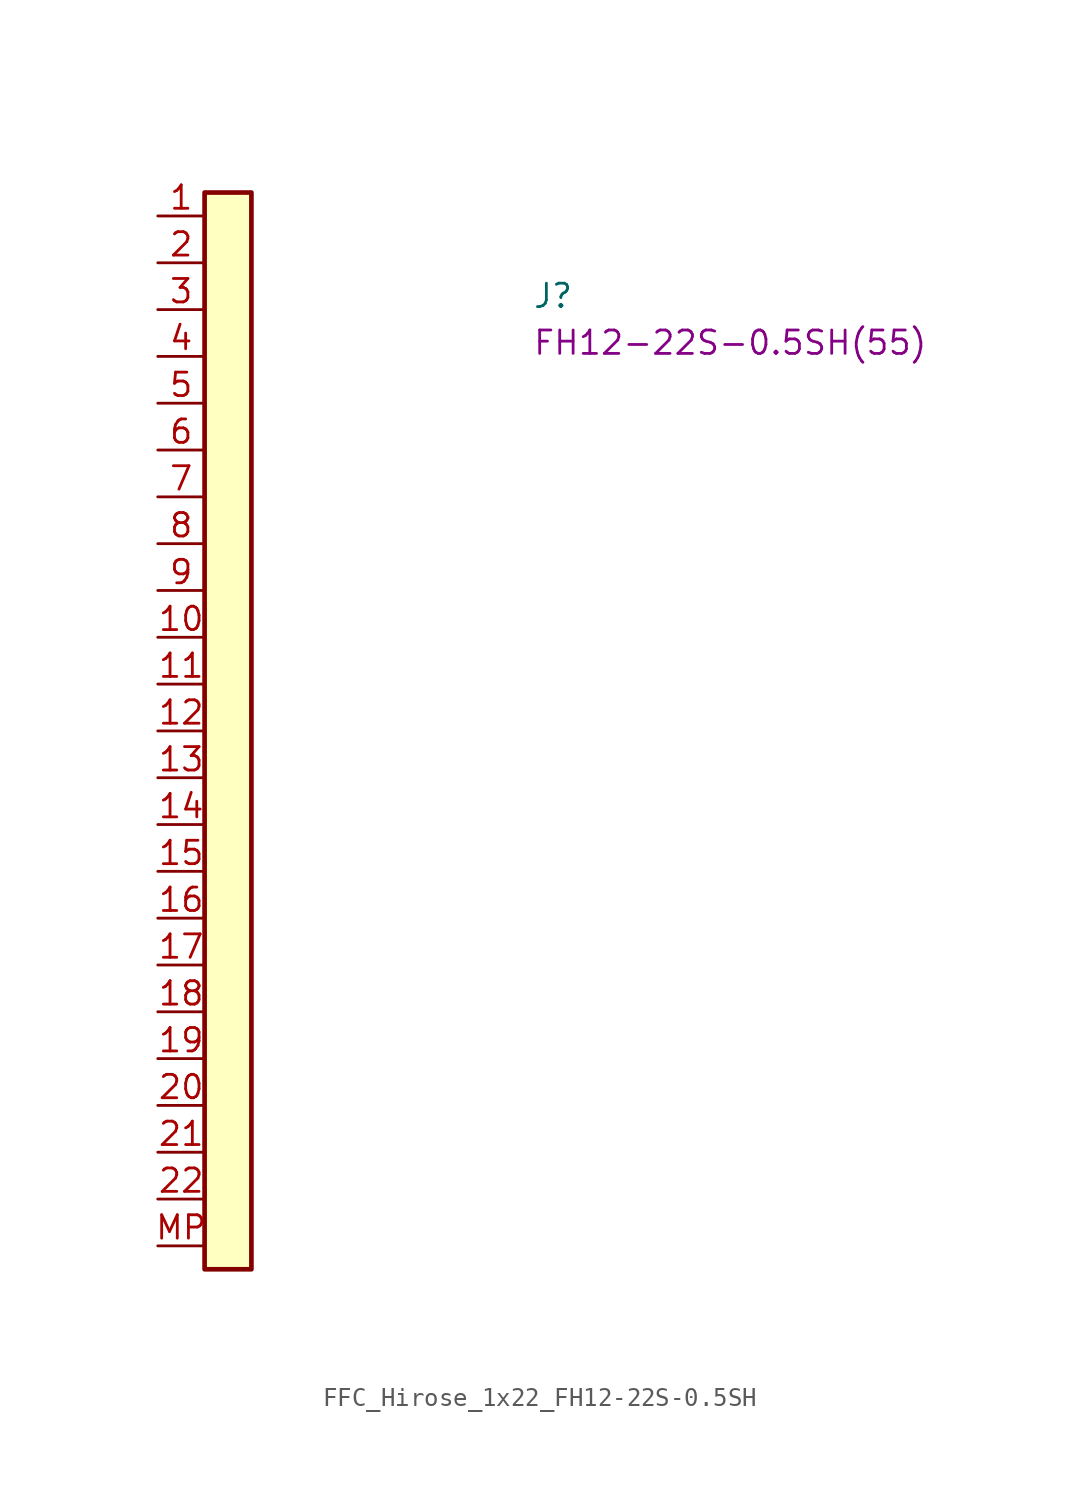
<source format=kicad_sym>
(kicad_symbol_lib
  (version 20220914)
  (generator kicad_symbol_editor)
  (symbol "FFC_Hirose_1x22_FH12-22S-0.5SH"
    (property "Reference" "J"
      (at 20.32 -5.08 0)
      (effects (font (size 1.27 1.27) (thickness 0.15)) (justify left bottom)))
    (property "MPN" "FH12-22S-0.5SH(55)"
      (at 20.32 -7.62 0)
      (effects (font (size 1.27 1.27) (thickness 0.15)) (justify left bottom)))
    (symbol "FFC_Hirose_1x22_FH12-22S-0.5SH_1_1"
      (rectangle (start 2.54 1.27) (end 5.08 -57.15) (stroke (width 0.254) (type default)) (fill (type background)))
      (pin bidirectional line (at 0 0 0) (length 2.54) (name "~" (effects (font (size 1.27 1.27)))) (number "1" (effects (font (size 1.27 1.27)))))
      (pin bidirectional line (at 0 -22.86 0) (length 2.54) (name "~" (effects (font (size 1.27 1.27)))) (number "10" (effects (font (size 1.27 1.27)))))
      (pin bidirectional line (at 0 -25.4 0) (length 2.54) (name "~" (effects (font (size 1.27 1.27)))) (number "11" (effects (font (size 1.27 1.27)))))
      (pin bidirectional line (at 0 -27.94 0) (length 2.54) (name "~" (effects (font (size 1.27 1.27)))) (number "12" (effects (font (size 1.27 1.27)))))
      (pin bidirectional line (at 0 -30.48 0) (length 2.54) (name "~" (effects (font (size 1.27 1.27)))) (number "13" (effects (font (size 1.27 1.27)))))
      (pin bidirectional line (at 0 -33.02 0) (length 2.54) (name "~" (effects (font (size 1.27 1.27)))) (number "14" (effects (font (size 1.27 1.27)))))
      (pin bidirectional line (at 0 -35.56 0) (length 2.54) (name "~" (effects (font (size 1.27 1.27)))) (number "15" (effects (font (size 1.27 1.27)))))
      (pin bidirectional line (at 0 -38.1 0) (length 2.54) (name "~" (effects (font (size 1.27 1.27)))) (number "16" (effects (font (size 1.27 1.27)))))
      (pin bidirectional line (at 0 -40.64 0) (length 2.54) (name "~" (effects (font (size 1.27 1.27)))) (number "17" (effects (font (size 1.27 1.27)))))
      (pin bidirectional line (at 0 -43.18 0) (length 2.54) (name "~" (effects (font (size 1.27 1.27)))) (number "18" (effects (font (size 1.27 1.27)))))
      (pin bidirectional line (at 0 -45.72 0) (length 2.54) (name "~" (effects (font (size 1.27 1.27)))) (number "19" (effects (font (size 1.27 1.27)))))
      (pin bidirectional line (at 0 -2.54 0) (length 2.54) (name "~" (effects (font (size 1.27 1.27)))) (number "2" (effects (font (size 1.27 1.27)))))
      (pin bidirectional line (at 0 -48.26 0) (length 2.54) (name "~" (effects (font (size 1.27 1.27)))) (number "20" (effects (font (size 1.27 1.27)))))
      (pin bidirectional line (at 0 -50.8 0) (length 2.54) (name "~" (effects (font (size 1.27 1.27)))) (number "21" (effects (font (size 1.27 1.27)))))
      (pin bidirectional line (at 0 -53.34 0) (length 2.54) (name "~" (effects (font (size 1.27 1.27)))) (number "22" (effects (font (size 1.27 1.27)))))
      (pin bidirectional line (at 0 -5.08 0) (length 2.54) (name "~" (effects (font (size 1.27 1.27)))) (number "3" (effects (font (size 1.27 1.27)))))
      (pin bidirectional line (at 0 -7.62 0) (length 2.54) (name "~" (effects (font (size 1.27 1.27)))) (number "4" (effects (font (size 1.27 1.27)))))
      (pin bidirectional line (at 0 -10.16 0) (length 2.54) (name "~" (effects (font (size 1.27 1.27)))) (number "5" (effects (font (size 1.27 1.27)))))
      (pin bidirectional line (at 0 -12.7 0) (length 2.54) (name "~" (effects (font (size 1.27 1.27)))) (number "6" (effects (font (size 1.27 1.27)))))
      (pin bidirectional line (at 0 -15.24 0) (length 2.54) (name "~" (effects (font (size 1.27 1.27)))) (number "7" (effects (font (size 1.27 1.27)))))
      (pin bidirectional line (at 0 -17.78 0) (length 2.54) (name "~" (effects (font (size 1.27 1.27)))) (number "8" (effects (font (size 1.27 1.27)))))
      (pin bidirectional line (at 0 -20.32 0) (length 2.54) (name "~" (effects (font (size 1.27 1.27)))) (number "9" (effects (font (size 1.27 1.27)))))
      (pin bidirectional line (at 0 -55.88 0) (length 2.54) (name "~" (effects (font (size 1.27 1.27)))) (number "MP" (effects (font (size 1.27 1.27))))))))
</source>
